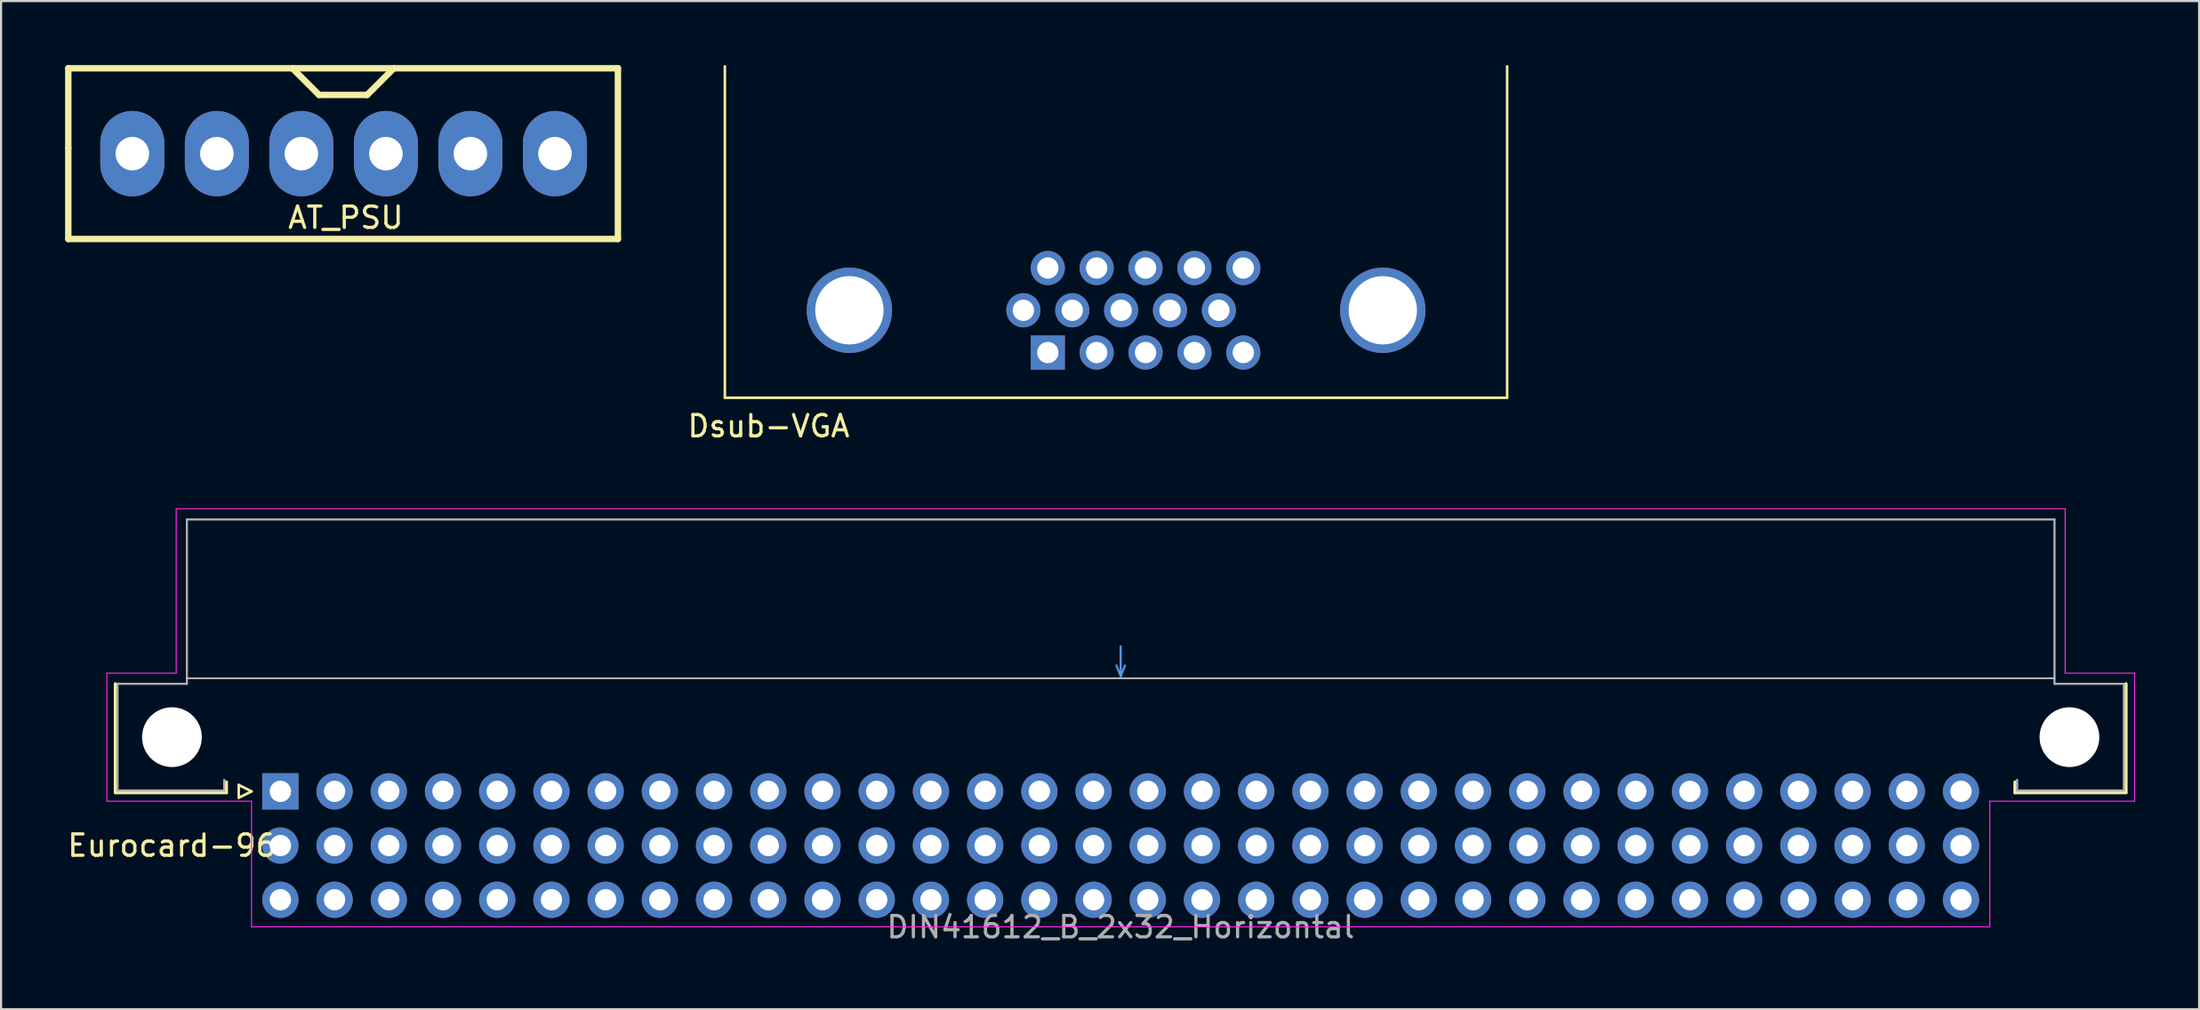
<source format=kicad_pcb>
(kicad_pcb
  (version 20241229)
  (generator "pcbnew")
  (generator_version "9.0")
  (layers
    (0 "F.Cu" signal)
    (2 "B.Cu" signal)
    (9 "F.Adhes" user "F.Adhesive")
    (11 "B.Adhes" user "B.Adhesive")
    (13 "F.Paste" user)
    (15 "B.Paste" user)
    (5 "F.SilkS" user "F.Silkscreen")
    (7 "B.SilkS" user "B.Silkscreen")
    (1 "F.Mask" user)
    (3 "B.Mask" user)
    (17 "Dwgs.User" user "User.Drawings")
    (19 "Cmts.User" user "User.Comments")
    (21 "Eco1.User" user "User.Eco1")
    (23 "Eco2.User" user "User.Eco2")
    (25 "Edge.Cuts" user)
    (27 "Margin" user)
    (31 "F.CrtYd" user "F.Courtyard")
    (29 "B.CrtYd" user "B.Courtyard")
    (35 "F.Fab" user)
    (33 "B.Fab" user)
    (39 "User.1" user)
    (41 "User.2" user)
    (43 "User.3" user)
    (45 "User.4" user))
  (footprint "AT_PSU"
    (layer "F.Cu")
    (at 13.15 3.9)
    (property "Reference" "AT_PSU" (at 0 3.25 0) (layer "F.SilkS") (effects (font (size 1 1) (thickness 0.15))))
    (attr through_hole)
    (fp_line (start -13 -3.75) (end 12.75 -3.75) (stroke (width 0.3) (type solid)) (layer "F.SilkS"))
    (fp_line (start -13 0) (end -13 -3.75) (stroke (width 0.3) (type solid)) (layer "F.SilkS"))
    (fp_line (start -13 4.25) (end -13 0) (stroke (width 0.3) (type solid)) (layer "F.SilkS"))
    (fp_line (start -1.25 -2.5) (end -2.5 -3.75) (stroke (width 0.3) (type solid)) (layer "F.SilkS"))
    (fp_line (start -1.25 -2.5) (end 1 -2.5) (stroke (width 0.3) (type solid)) (layer "F.SilkS"))
    (fp_line (start 1 -2.5) (end 2.25 -3.75) (stroke (width 0.3) (type solid)) (layer "F.SilkS"))
    (fp_line (start 12.75 -3.75) (end 12.75 4.25) (stroke (width 0.3) (type solid)) (layer "F.SilkS"))
    (fp_line (start 12.75 4.25) (end -13 4.25) (stroke (width 0.3) (type solid)) (layer "F.SilkS"))
    (pad "1" thru_hole oval (at -10 0.25) (size 3 4) (drill 1.57) (layers "*.Cu" "*.Mask"))
    (pad "2" thru_hole oval (at -6.04 0.25) (size 3 4) (drill 1.57) (layers "*.Cu" "*.Mask"))
    (pad "3" thru_hole oval (at -2.08 0.25) (size 3 4) (drill 1.57) (layers "*.Cu" "*.Mask"))
    (pad "4" thru_hole oval (at 1.88 0.25) (size 3 4) (drill 1.57) (layers "*.Cu" "*.Mask"))
    (pad "5" thru_hole oval (at 5.84 0.25) (size 3 4) (drill 1.57) (layers "*.Cu" "*.Mask"))
    (pad "6" thru_hole oval (at 9.8 0.25) (size 3 4) (drill 1.57) (layers "*.Cu" "*.Mask")))
  (footprint "Eurocard-96"
    (layer "F.Cu")
    (at 49.456 31.493)
    (property "Reference" "Eurocard-96" (at -44.45 5.08 0) (layer "F.SilkS") (effects (font (size 1 1) (thickness 0.15))))
    (attr through_hole)
    (fp_line (start -47.1 2.6) (end -47.1 -2.5) (stroke (width 0.15) (type solid)) (layer "F.SilkS"))
    (fp_line (start -41.9 2.1) (end -41.9 2.6) (stroke (width 0.15) (type solid)) (layer "F.SilkS"))
    (fp_line (start -41.9 2.6) (end -47.1 2.6) (stroke (width 0.15) (type solid)) (layer "F.SilkS"))
    (fp_line (start -41.32 2.24) (end -41.32 2.84) (stroke (width 0.12) (type solid)) (layer "F.SilkS"))
    (fp_line (start -41.32 2.84) (end -40.72 2.54) (stroke (width 0.12) (type solid)) (layer "F.SilkS"))
    (fp_line (start -40.72 2.54) (end -41.32 2.24) (stroke (width 0.12) (type solid)) (layer "F.SilkS"))
    (fp_line (start 41.9 2.1) (end 41.9 2.6) (stroke (width 0.15) (type solid)) (layer "F.SilkS"))
    (fp_line (start 41.9 2.6) (end 47.1 2.6) (stroke (width 0.15) (type solid)) (layer "F.SilkS"))
    (fp_line (start 47.1 2.6) (end 47.1 -2.5) (stroke (width 0.15) (type solid)) (layer "F.SilkS"))
    (fp_line (start -43.75 -2.76) (end 43.75 -2.76) (stroke (width 0.08) (type solid)) (layer "Dwgs.User"))
    (fp_line (start -0.2 -3.36) (end 0 -2.86) (stroke (width 0.1) (type solid)) (layer "Cmts.User"))
    (fp_line (start 0 -4.26) (end 0 -2.86) (stroke (width 0.1) (type solid)) (layer "Cmts.User"))
    (fp_line (start 0 -2.86) (end 0.2 -3.36) (stroke (width 0.1) (type solid)) (layer "Cmts.User"))
    (fp_line (start -47.5 -3) (end -44.25 -3) (stroke (width 0.05) (type solid)) (layer "F.CrtYd"))
    (fp_line (start -47.5 3) (end -47.5 -3) (stroke (width 0.05) (type solid)) (layer "F.CrtYd"))
    (fp_line (start -44.25 -10.7) (end 44.25 -10.7) (stroke (width 0.05) (type solid)) (layer "F.CrtYd"))
    (fp_line (start -44.25 -3) (end -44.25 -10.7) (stroke (width 0.05) (type solid)) (layer "F.CrtYd"))
    (fp_line (start -40.72 3) (end -47.5 3) (stroke (width 0.05) (type solid)) (layer "F.CrtYd"))
    (fp_line (start -40.72 8.89) (end -40.72 3) (stroke (width 0.05) (type solid)) (layer "F.CrtYd"))
    (fp_line (start 40.72 3) (end 40.72 8.89) (stroke (width 0.05) (type solid)) (layer "F.CrtYd"))
    (fp_line (start 40.72 8.89) (end -40.72 8.89) (stroke (width 0.05) (type solid)) (layer "F.CrtYd"))
    (fp_line (start 41.5 3) (end 40.72 3) (stroke (width 0.05) (type solid)) (layer "F.CrtYd"))
    (fp_line (start 44.25 -10.7) (end 44.25 -3) (stroke (width 0.05) (type solid)) (layer "F.CrtYd"))
    (fp_line (start 44.25 -3) (end 47.5 -3) (stroke (width 0.05) (type solid)) (layer "F.CrtYd"))
    (fp_line (start 47.5 -3) (end 47.5 3) (stroke (width 0.05) (type solid)) (layer "F.CrtYd"))
    (fp_line (start 47.5 3) (end 41.5 3) (stroke (width 0.05) (type solid)) (layer "F.CrtYd"))
    (fp_line (start -47 -2.5) (end -43.75 -2.5) (stroke (width 0.1) (type solid)) (layer "F.Fab"))
    (fp_line (start -47 2.5) (end -47 -2.5) (stroke (width 0.1) (type solid)) (layer "F.Fab"))
    (fp_line (start -43.75 -10.2) (end 43.75 -10.2) (stroke (width 0.1) (type solid)) (layer "F.Fab"))
    (fp_line (start -43.75 -2.5) (end -43.75 -10.2) (stroke (width 0.1) (type solid)) (layer "F.Fab"))
    (fp_line (start -42 2) (end -42 2.5) (stroke (width 0.1) (type solid)) (layer "F.Fab"))
    (fp_line (start -42 2.5) (end -47 2.5) (stroke (width 0.1) (type solid)) (layer "F.Fab"))
    (fp_line (start 42 2.5) (end 42 2) (stroke (width 0.1) (type solid)) (layer "F.Fab"))
    (fp_line (start 43.75 -10.2) (end 43.75 -2.5) (stroke (width 0.1) (type solid)) (layer "F.Fab"))
    (fp_line (start 43.75 -2.5) (end 47 -2.5) (stroke (width 0.1) (type solid)) (layer "F.Fab"))
    (fp_line (start 47 -2.5) (end 47 2.5) (stroke (width 0.1) (type solid)) (layer "F.Fab"))
    (fp_line (start 47 2.5) (end 42 2.5) (stroke (width 0.1) (type solid)) (layer "F.Fab"))
    (fp_text user "DIN41612_B_2x32_Horizontal" (at 0 8.9 0) (layer "F.Fab") (effects (font (size 1 1) (thickness 0.15))))
    (pad "" np_thru_hole circle (at -44.45 0) (size 2.8 2.8) (drill 2.8) (layers "*.Cu" "*.Mask"))
    (pad "" np_thru_hole circle (at 44.45 0) (size 2.8 2.8) (drill 2.8) (layers "*.Cu" "*.Mask"))
    (pad "A1" thru_hole rect (at -39.37 2.54) (size 1.7 1.7) (drill 1) (layers "*.Cu" "*.Mask"))
    (pad "A2" thru_hole circle (at -36.83 2.54) (size 1.7 1.7) (drill 1) (layers "*.Cu" "*.Mask"))
    (pad "A3" thru_hole circle (at -34.29 2.54) (size 1.7 1.7) (drill 1) (layers "*.Cu" "*.Mask"))
    (pad "A4" thru_hole circle (at -31.75 2.54) (size 1.7 1.7) (drill 1) (layers "*.Cu" "*.Mask"))
    (pad "A5" thru_hole circle (at -29.21 2.54) (size 1.7 1.7) (drill 1) (layers "*.Cu" "*.Mask"))
    (pad "A6" thru_hole circle (at -26.67 2.54) (size 1.7 1.7) (drill 1) (layers "*.Cu" "*.Mask"))
    (pad "A7" thru_hole circle (at -24.13 2.54) (size 1.7 1.7) (drill 1) (layers "*.Cu" "*.Mask"))
    (pad "A8" thru_hole circle (at -21.59 2.54) (size 1.7 1.7) (drill 1) (layers "*.Cu" "*.Mask"))
    (pad "A9" thru_hole circle (at -19.05 2.54) (size 1.7 1.7) (drill 1) (layers "*.Cu" "*.Mask"))
    (pad "A10" thru_hole circle (at -16.51 2.54) (size 1.7 1.7) (drill 1) (layers "*.Cu" "*.Mask"))
    (pad "A11" thru_hole circle (at -13.97 2.54) (size 1.7 1.7) (drill 1) (layers "*.Cu" "*.Mask"))
    (pad "A12" thru_hole circle (at -11.43 2.54) (size 1.7 1.7) (drill 1) (layers "*.Cu" "*.Mask"))
    (pad "A13" thru_hole circle (at -8.89 2.54) (size 1.7 1.7) (drill 1) (layers "*.Cu" "*.Mask"))
    (pad "A14" thru_hole circle (at -6.35 2.54) (size 1.7 1.7) (drill 1) (layers "*.Cu" "*.Mask"))
    (pad "A15" thru_hole circle (at -3.81 2.54) (size 1.7 1.7) (drill 1) (layers "*.Cu" "*.Mask"))
    (pad "A16" thru_hole circle (at -1.27 2.54) (size 1.7 1.7) (drill 1) (layers "*.Cu" "*.Mask"))
    (pad "A17" thru_hole circle (at 1.27 2.54) (size 1.7 1.7) (drill 1) (layers "*.Cu" "*.Mask"))
    (pad "A18" thru_hole circle (at 3.81 2.54) (size 1.7 1.7) (drill 1) (layers "*.Cu" "*.Mask"))
    (pad "A19" thru_hole circle (at 6.35 2.54) (size 1.7 1.7) (drill 1) (layers "*.Cu" "*.Mask"))
    (pad "A20" thru_hole circle (at 8.89 2.54) (size 1.7 1.7) (drill 1) (layers "*.Cu" "*.Mask"))
    (pad "A21" thru_hole circle (at 11.43 2.54) (size 1.7 1.7) (drill 1) (layers "*.Cu" "*.Mask"))
    (pad "A22" thru_hole circle (at 13.97 2.54) (size 1.7 1.7) (drill 1) (layers "*.Cu" "*.Mask"))
    (pad "A23" thru_hole circle (at 16.51 2.54) (size 1.7 1.7) (drill 1) (layers "*.Cu" "*.Mask"))
    (pad "A24" thru_hole circle (at 19.05 2.54) (size 1.7 1.7) (drill 1) (layers "*.Cu" "*.Mask"))
    (pad "A25" thru_hole circle (at 21.59 2.54) (size 1.7 1.7) (drill 1) (layers "*.Cu" "*.Mask"))
    (pad "A26" thru_hole circle (at 24.13 2.54) (size 1.7 1.7) (drill 1) (layers "*.Cu" "*.Mask"))
    (pad "A27" thru_hole circle (at 26.67 2.54) (size 1.7 1.7) (drill 1) (layers "*.Cu" "*.Mask"))
    (pad "A28" thru_hole circle (at 29.21 2.54) (size 1.7 1.7) (drill 1) (layers "*.Cu" "*.Mask"))
    (pad "A29" thru_hole circle (at 31.75 2.54) (size 1.7 1.7) (drill 1) (layers "*.Cu" "*.Mask"))
    (pad "A30" thru_hole circle (at 34.29 2.54) (size 1.7 1.7) (drill 1) (layers "*.Cu" "*.Mask"))
    (pad "A31" thru_hole circle (at 36.83 2.54) (size 1.7 1.7) (drill 1) (layers "*.Cu" "*.Mask"))
    (pad "A32" thru_hole circle (at 39.37 2.54) (size 1.7 1.7) (drill 1) (layers "*.Cu" "*.Mask"))
    (pad "B1" thru_hole circle (at -39.37 5.08) (size 1.7 1.7) (drill 1) (layers "*.Cu" "*.Mask"))
    (pad "B2" thru_hole circle (at -36.83 5.08) (size 1.7 1.7) (drill 1) (layers "*.Cu" "*.Mask"))
    (pad "B3" thru_hole circle (at -34.29 5.08) (size 1.7 1.7) (drill 1) (layers "*.Cu" "*.Mask"))
    (pad "B4" thru_hole circle (at -31.75 5.08) (size 1.7 1.7) (drill 1) (layers "*.Cu" "*.Mask"))
    (pad "B5" thru_hole circle (at -29.21 5.08) (size 1.7 1.7) (drill 1) (layers "*.Cu" "*.Mask"))
    (pad "B6" thru_hole circle (at -26.67 5.08) (size 1.7 1.7) (drill 1) (layers "*.Cu" "*.Mask"))
    (pad "B7" thru_hole circle (at -24.13 5.08) (size 1.7 1.7) (drill 1) (layers "*.Cu" "*.Mask"))
    (pad "B8" thru_hole circle (at -21.59 5.08) (size 1.7 1.7) (drill 1) (layers "*.Cu" "*.Mask"))
    (pad "B9" thru_hole circle (at -19.05 5.08) (size 1.7 1.7) (drill 1) (layers "*.Cu" "*.Mask"))
    (pad "B10" thru_hole circle (at -16.51 5.08) (size 1.7 1.7) (drill 1) (layers "*.Cu" "*.Mask"))
    (pad "B11" thru_hole circle (at -13.97 5.08) (size 1.7 1.7) (drill 1) (layers "*.Cu" "*.Mask"))
    (pad "B12" thru_hole circle (at -11.43 5.08) (size 1.7 1.7) (drill 1) (layers "*.Cu" "*.Mask"))
    (pad "B13" thru_hole circle (at -8.89 5.08) (size 1.7 1.7) (drill 1) (layers "*.Cu" "*.Mask"))
    (pad "B14" thru_hole circle (at -6.35 5.08) (size 1.7 1.7) (drill 1) (layers "*.Cu" "*.Mask"))
    (pad "B15" thru_hole circle (at -3.81 5.08) (size 1.7 1.7) (drill 1) (layers "*.Cu" "*.Mask"))
    (pad "B16" thru_hole circle (at -1.27 5.08) (size 1.7 1.7) (drill 1) (layers "*.Cu" "*.Mask"))
    (pad "B17" thru_hole circle (at 1.27 5.08) (size 1.7 1.7) (drill 1) (layers "*.Cu" "*.Mask"))
    (pad "B18" thru_hole circle (at 3.81 5.08) (size 1.7 1.7) (drill 1) (layers "*.Cu" "*.Mask"))
    (pad "B19" thru_hole circle (at 6.35 5.08) (size 1.7 1.7) (drill 1) (layers "*.Cu" "*.Mask"))
    (pad "B20" thru_hole circle (at 8.89 5.08) (size 1.7 1.7) (drill 1) (layers "*.Cu" "*.Mask"))
    (pad "B21" thru_hole circle (at 11.43 5.08) (size 1.7 1.7) (drill 1) (layers "*.Cu" "*.Mask"))
    (pad "B22" thru_hole circle (at 13.97 5.08) (size 1.7 1.7) (drill 1) (layers "*.Cu" "*.Mask"))
    (pad "B23" thru_hole circle (at 16.51 5.08) (size 1.7 1.7) (drill 1) (layers "*.Cu" "*.Mask"))
    (pad "B24" thru_hole circle (at 19.05 5.08) (size 1.7 1.7) (drill 1) (layers "*.Cu" "*.Mask"))
    (pad "B25" thru_hole circle (at 21.59 5.08) (size 1.7 1.7) (drill 1) (layers "*.Cu" "*.Mask"))
    (pad "B26" thru_hole circle (at 24.13 5.08) (size 1.7 1.7) (drill 1) (layers "*.Cu" "*.Mask"))
    (pad "B27" thru_hole circle (at 26.67 5.08) (size 1.7 1.7) (drill 1) (layers "*.Cu" "*.Mask"))
    (pad "B28" thru_hole circle (at 29.21 5.08) (size 1.7 1.7) (drill 1) (layers "*.Cu" "*.Mask"))
    (pad "B29" thru_hole circle (at 31.75 5.08) (size 1.7 1.7) (drill 1) (layers "*.Cu" "*.Mask"))
    (pad "B30" thru_hole circle (at 34.29 5.08) (size 1.7 1.7) (drill 1) (layers "*.Cu" "*.Mask"))
    (pad "B31" thru_hole circle (at 36.83 5.08) (size 1.7 1.7) (drill 1) (layers "*.Cu" "*.Mask"))
    (pad "B32" thru_hole circle (at 39.37 5.08) (size 1.7 1.7) (drill 1) (layers "*.Cu" "*.Mask"))
    (pad "C1" thru_hole circle (at -39.37 7.62) (size 1.7 1.7) (drill 1) (layers "*.Cu" "*.Mask"))
    (pad "C2" thru_hole circle (at -36.83 7.62) (size 1.7 1.7) (drill 1) (layers "*.Cu" "*.Mask"))
    (pad "C3" thru_hole circle (at -34.29 7.62) (size 1.7 1.7) (drill 1) (layers "*.Cu" "*.Mask"))
    (pad "C4" thru_hole circle (at -31.75 7.62) (size 1.7 1.7) (drill 1) (layers "*.Cu" "*.Mask"))
    (pad "C5" thru_hole circle (at -29.21 7.62) (size 1.7 1.7) (drill 1) (layers "*.Cu" "*.Mask"))
    (pad "C6" thru_hole circle (at -26.67 7.62) (size 1.7 1.7) (drill 1) (layers "*.Cu" "*.Mask"))
    (pad "C7" thru_hole circle (at -24.13 7.62) (size 1.7 1.7) (drill 1) (layers "*.Cu" "*.Mask"))
    (pad "C8" thru_hole circle (at -21.59 7.62) (size 1.7 1.7) (drill 1) (layers "*.Cu" "*.Mask"))
    (pad "C9" thru_hole circle (at -19.05 7.62) (size 1.7 1.7) (drill 1) (layers "*.Cu" "*.Mask"))
    (pad "C10" thru_hole circle (at -16.51 7.62) (size 1.7 1.7) (drill 1) (layers "*.Cu" "*.Mask"))
    (pad "C11" thru_hole circle (at -13.97 7.62) (size 1.7 1.7) (drill 1) (layers "*.Cu" "*.Mask"))
    (pad "C12" thru_hole circle (at -11.43 7.62) (size 1.7 1.7) (drill 1) (layers "*.Cu" "*.Mask"))
    (pad "C13" thru_hole circle (at -8.89 7.62) (size 1.7 1.7) (drill 1) (layers "*.Cu" "*.Mask"))
    (pad "C14" thru_hole circle (at -6.35 7.62) (size 1.7 1.7) (drill 1) (layers "*.Cu" "*.Mask"))
    (pad "C15" thru_hole circle (at -3.81 7.62) (size 1.7 1.7) (drill 1) (layers "*.Cu" "*.Mask"))
    (pad "C16" thru_hole circle (at -1.27 7.62) (size 1.7 1.7) (drill 1) (layers "*.Cu" "*.Mask"))
    (pad "C17" thru_hole circle (at 1.27 7.62) (size 1.7 1.7) (drill 1) (layers "*.Cu" "*.Mask"))
    (pad "C18" thru_hole circle (at 3.81 7.62) (size 1.7 1.7) (drill 1) (layers "*.Cu" "*.Mask"))
    (pad "C19" thru_hole circle (at 6.35 7.62) (size 1.7 1.7) (drill 1) (layers "*.Cu" "*.Mask"))
    (pad "C20" thru_hole circle (at 8.89 7.62) (size 1.7 1.7) (drill 1) (layers "*.Cu" "*.Mask"))
    (pad "C21" thru_hole circle (at 11.43 7.62) (size 1.7 1.7) (drill 1) (layers "*.Cu" "*.Mask"))
    (pad "C22" thru_hole circle (at 13.97 7.62) (size 1.7 1.7) (drill 1) (layers "*.Cu" "*.Mask"))
    (pad "C23" thru_hole circle (at 16.51 7.62) (size 1.7 1.7) (drill 1) (layers "*.Cu" "*.Mask"))
    (pad "C24" thru_hole circle (at 19.05 7.62) (size 1.7 1.7) (drill 1) (layers "*.Cu" "*.Mask"))
    (pad "C25" thru_hole circle (at 21.59 7.62) (size 1.7 1.7) (drill 1) (layers "*.Cu" "*.Mask"))
    (pad "C26" thru_hole circle (at 24.13 7.62) (size 1.7 1.7) (drill 1) (layers "*.Cu" "*.Mask"))
    (pad "C27" thru_hole circle (at 26.67 7.62) (size 1.7 1.7) (drill 1) (layers "*.Cu" "*.Mask"))
    (pad "C28" thru_hole circle (at 29.21 7.62) (size 1.7 1.7) (drill 1) (layers "*.Cu" "*.Mask"))
    (pad "C29" thru_hole circle (at 31.75 7.62) (size 1.7 1.7) (drill 1) (layers "*.Cu" "*.Mask"))
    (pad "C30" thru_hole circle (at 34.29 7.62) (size 1.7 1.7) (drill 1) (layers "*.Cu" "*.Mask"))
    (pad "C31" thru_hole circle (at 36.83 7.62) (size 1.7 1.7) (drill 1) (layers "*.Cu" "*.Mask"))
    (pad "C32" thru_hole circle (at 39.37 7.62) (size 1.7 1.7) (drill 1) (layers "*.Cu" "*.Mask")))
  (footprint "Dsub-VGA"
    (layer "F.Cu")
    (at 50.461 10.92)
    (property "Reference" "Dsub-VGA" (at -17.5 6 0) (layer "F.SilkS") (effects (font (size 1 1) (thickness 0.15))))
    (attr through_hole)
    (fp_line (start -19.55 4.67) (end -19.55 -10.86) (stroke (width 0.12) (type solid)) (layer "F.SilkS"))
    (fp_line (start 17.1 4.67) (end -19.55 4.67) (stroke (width 0.12) (type solid)) (layer "F.SilkS"))
    (fp_line (start 17.1 4.67) (end 17.1 -10.86) (stroke (width 0.12) (type solid)) (layer "F.SilkS"))
    (pad "0" thru_hole circle (at -13.715 0.57 180) (size 4 4) (drill 3.2) (layers "*.Cu" "*.Mask"))
    (pad "0" thru_hole circle (at 11.275 0.57 180) (size 4 4) (drill 3.2) (layers "*.Cu" "*.Mask"))
    (pad "1" thru_hole rect (at -4.42 2.55 180) (size 1.6 1.6) (drill 1) (layers "*.Cu" "*.Mask"))
    (pad "2" thru_hole circle (at -2.13 2.55 180) (size 1.6 1.6) (drill 1) (layers "*.Cu" "*.Mask"))
    (pad "3" thru_hole circle (at 0.16 2.55 180) (size 1.6 1.6) (drill 1) (layers "*.Cu" "*.Mask"))
    (pad "4" thru_hole circle (at 2.45 2.55 180) (size 1.6 1.6) (drill 1) (layers "*.Cu" "*.Mask"))
    (pad "5" thru_hole circle (at 4.74 2.55 180) (size 1.6 1.6) (drill 1) (layers "*.Cu" "*.Mask"))
    (pad "6" thru_hole circle (at -5.565 0.57 180) (size 1.6 1.6) (drill 1) (layers "*.Cu" "*.Mask"))
    (pad "7" thru_hole circle (at -3.275 0.57 180) (size 1.6 1.6) (drill 1) (layers "*.Cu" "*.Mask"))
    (pad "8" thru_hole circle (at -0.985 0.57 180) (size 1.6 1.6) (drill 1) (layers "*.Cu" "*.Mask"))
    (pad "9" thru_hole circle (at 1.305 0.57 180) (size 1.6 1.6) (drill 1) (layers "*.Cu" "*.Mask"))
    (pad "10" thru_hole circle (at 3.595 0.57 180) (size 1.6 1.6) (drill 1) (layers "*.Cu" "*.Mask"))
    (pad "11" thru_hole circle (at -4.42 -1.41 180) (size 1.6 1.6) (drill 1) (layers "*.Cu" "*.Mask"))
    (pad "12" thru_hole circle (at -2.13 -1.41 180) (size 1.6 1.6) (drill 1) (layers "*.Cu" "*.Mask"))
    (pad "13" thru_hole circle (at 0.16 -1.41 180) (size 1.6 1.6) (drill 1) (layers "*.Cu" "*.Mask"))
    (pad "14" thru_hole circle (at 2.45 -1.41 180) (size 1.6 1.6) (drill 1) (layers "*.Cu" "*.Mask"))
    (pad "15" thru_hole circle (at 4.74 -1.41 180) (size 1.6 1.6) (drill 1) (layers "*.Cu" "*.Mask")))
  (gr_rect
    (start -3 -3)
    (end 99.981 44.242)
    (stroke (width 0.1) (type default))
    (fill no)
    (layer "Edge.Cuts")))
</source>
